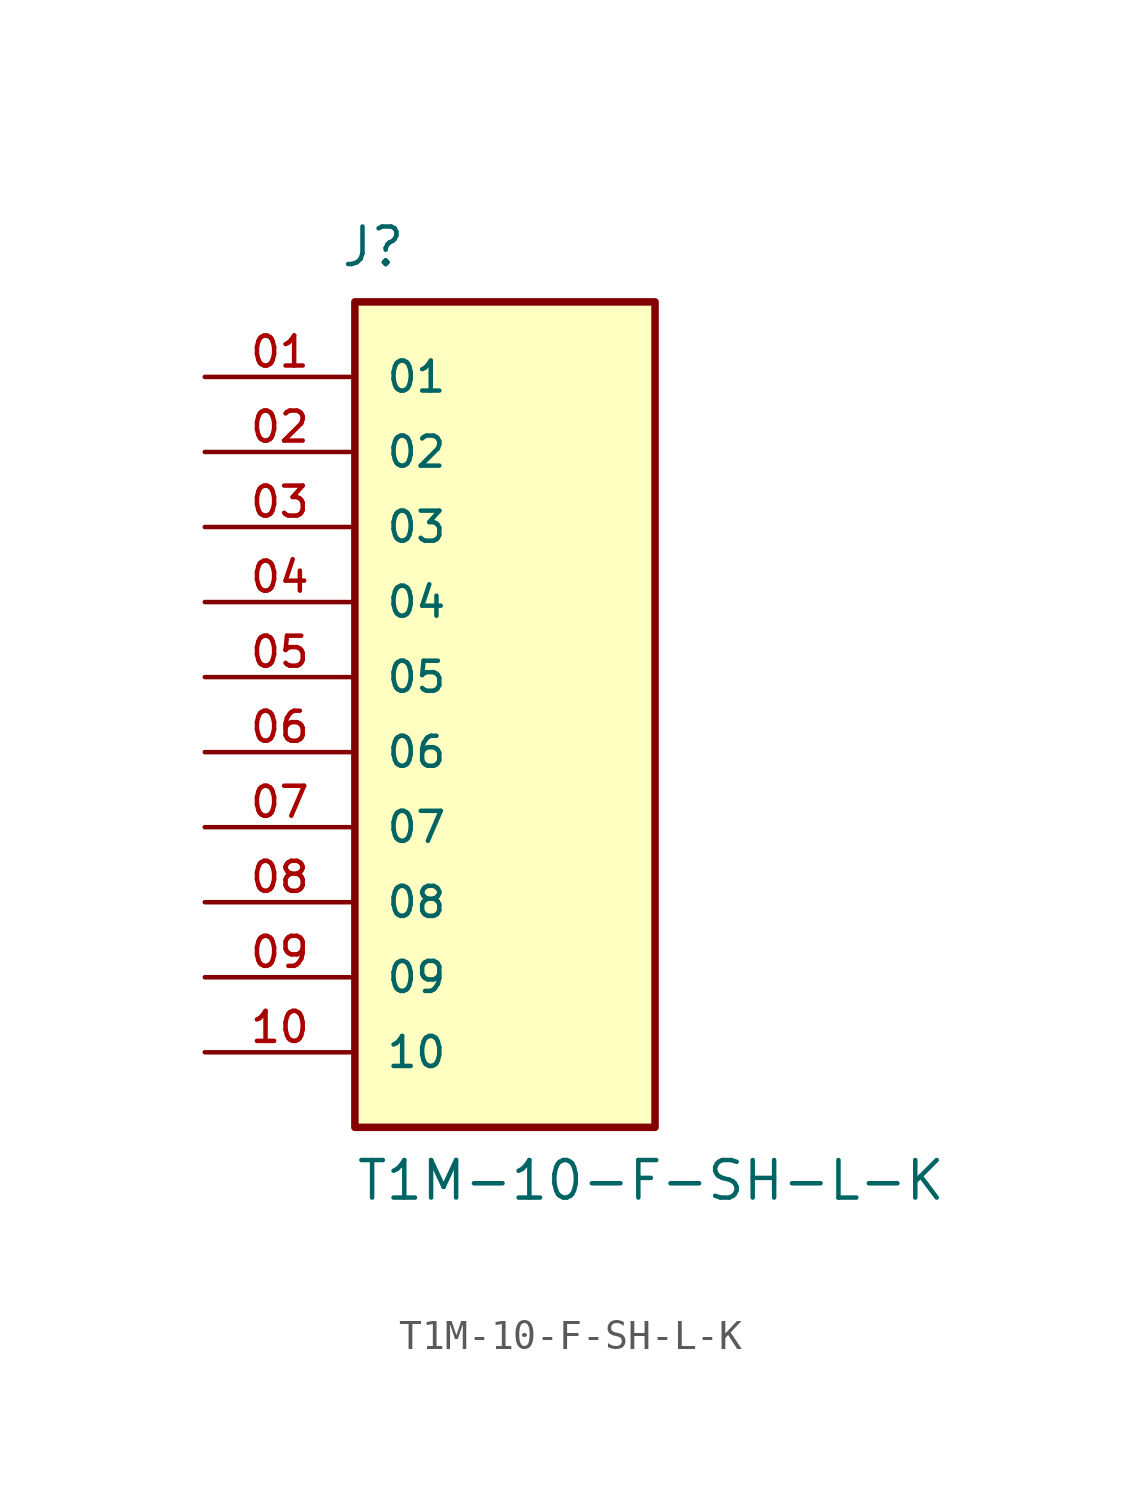
<source format=kicad_sym>
(kicad_symbol_lib
  (version 20211014)
  (generator kicad_symbol_editor)
  (symbol "T1M-10-F-SH-L-K"
    (pin_names
      (offset 1.016))
    (property "Reference" "J"
      (at -5.588 13.818 0)
      (effects (font (size 1.27 1.27)) (justify left bottom)))
    (property "Value" "T1M-10-F-SH-L-K"
      (at -5.08 -17.78 0)
      (effects (font (size 1.27 1.27)) (justify left bottom)))
    (property "ki_locked" ""
      (at 0 0 0)
      (effects (font (size 1.27 1.27))))
    (symbol "T1M-10-F-SH-L-K_0_0"
      (rectangle (start -5.08 -15.24) (end 5.08 12.7) (stroke (width 0.254) (type default) (color 0 0 0 0)) (fill (type background)))
      (pin passive line (at -10.16 10.16 0) (length 5.08) (name "01" (effects (font (size 1.016 1.016)))) (number "01" (effects (font (size 1.016 1.016)))))
      (pin passive line (at -10.16 7.62 0) (length 5.08) (name "02" (effects (font (size 1.016 1.016)))) (number "02" (effects (font (size 1.016 1.016)))))
      (pin passive line (at -10.16 5.08 0) (length 5.08) (name "03" (effects (font (size 1.016 1.016)))) (number "03" (effects (font (size 1.016 1.016)))))
      (pin passive line (at -10.16 2.54 0) (length 5.08) (name "04" (effects (font (size 1.016 1.016)))) (number "04" (effects (font (size 1.016 1.016)))))
      (pin passive line (at -10.16 0 0) (length 5.08) (name "05" (effects (font (size 1.016 1.016)))) (number "05" (effects (font (size 1.016 1.016)))))
      (pin passive line (at -10.16 -2.54 0) (length 5.08) (name "06" (effects (font (size 1.016 1.016)))) (number "06" (effects (font (size 1.016 1.016)))))
      (pin passive line (at -10.16 -5.08 0) (length 5.08) (name "07" (effects (font (size 1.016 1.016)))) (number "07" (effects (font (size 1.016 1.016)))))
      (pin passive line (at -10.16 -7.62 0) (length 5.08) (name "08" (effects (font (size 1.016 1.016)))) (number "08" (effects (font (size 1.016 1.016)))))
      (pin passive line (at -10.16 -10.16 0) (length 5.08) (name "09" (effects (font (size 1.016 1.016)))) (number "09" (effects (font (size 1.016 1.016)))))
      (pin passive line (at -10.16 -12.7 0) (length 5.08) (name "10" (effects (font (size 1.016 1.016)))) (number "10" (effects (font (size 1.016 1.016))))))))
</source>
